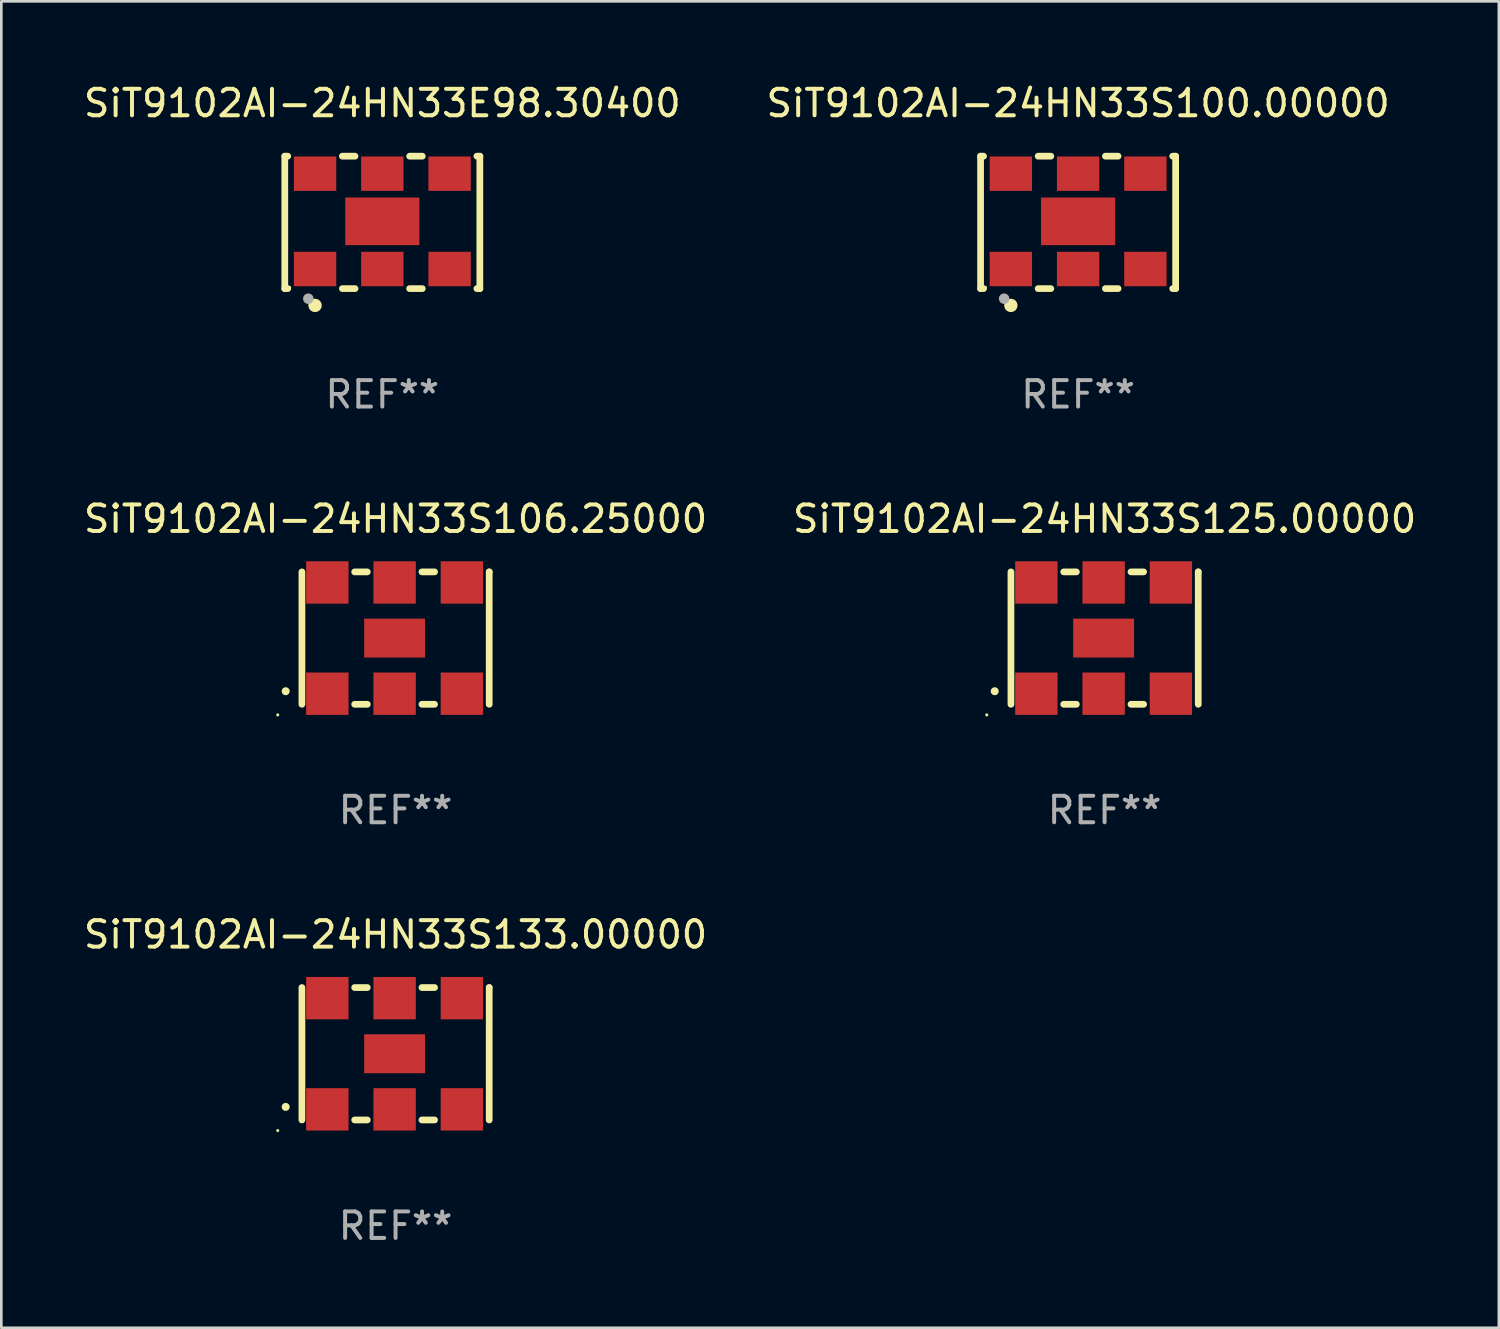
<source format=kicad_pcb>
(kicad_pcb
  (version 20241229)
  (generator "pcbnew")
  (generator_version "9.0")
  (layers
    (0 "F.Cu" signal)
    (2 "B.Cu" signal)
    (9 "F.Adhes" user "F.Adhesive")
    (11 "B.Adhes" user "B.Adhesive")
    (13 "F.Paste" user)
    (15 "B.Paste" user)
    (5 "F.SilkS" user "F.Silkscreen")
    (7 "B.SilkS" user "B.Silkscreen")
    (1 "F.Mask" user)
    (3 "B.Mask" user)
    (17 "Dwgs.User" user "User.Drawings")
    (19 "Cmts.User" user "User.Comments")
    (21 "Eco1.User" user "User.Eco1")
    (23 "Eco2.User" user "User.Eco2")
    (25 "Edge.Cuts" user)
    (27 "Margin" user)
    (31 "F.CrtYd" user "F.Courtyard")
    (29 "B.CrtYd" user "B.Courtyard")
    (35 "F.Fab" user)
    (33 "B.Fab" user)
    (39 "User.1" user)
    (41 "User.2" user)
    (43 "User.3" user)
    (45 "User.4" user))
  (footprint "SiT9102AI-24HN33S100.00000"
    (layer "F.Cu")
    (at 37.661 5.348)
    (property "Reference" "SiT9102AI-24HN33S100.00000" (at 0 -4.5 0) (layer "F.SilkS") (effects (font (size 1 1) (thickness 0.15))))
    (attr through_hole)
    (fp_line (start -3.683 -2.5) (end -3.571 -2.5) (stroke (width 0.254) (type solid)) (layer "F.SilkS"))
    (fp_line (start -3.683 2.5) (end -3.683 -2.5) (stroke (width 0.254) (type solid)) (layer "F.SilkS"))
    (fp_line (start -3.683 2.5) (end -3.571 2.5) (stroke (width 0.254) (type solid)) (layer "F.SilkS"))
    (fp_line (start -1.509 -2.5) (end -1.031 -2.5) (stroke (width 0.254) (type solid)) (layer "F.SilkS"))
    (fp_line (start -1.509 2.5) (end -1.031 2.5) (stroke (width 0.254) (type solid)) (layer "F.SilkS"))
    (fp_line (start 1.031 -2.5) (end 1.509 -2.5) (stroke (width 0.254) (type solid)) (layer "F.SilkS"))
    (fp_line (start 1.031 2.5) (end 1.509 2.5) (stroke (width 0.254) (type solid)) (layer "F.SilkS"))
    (fp_line (start 3.571 -2.5) (end 3.683 -2.5) (stroke (width 0.254) (type solid)) (layer "F.SilkS"))
    (fp_line (start 3.571 2.5) (end 3.683 2.5) (stroke (width 0.254) (type solid)) (layer "F.SilkS"))
    (fp_line (start 3.683 2.5) (end 3.683 -2.5) (stroke (width 0.254) (type solid)) (layer "F.SilkS"))
    (fp_circle (center -3.5 2.46) (end -3.47 2.46) (stroke (width 0.06) (type solid)) (fill no) (layer "F.SilkS"))
    (fp_circle (center -2.54 3.135) (end -2.413 3.135) (stroke (width 0.254) (type solid)) (fill no) (layer "F.SilkS"))
    (fp_circle (center -2.794 2.881) (end -2.694 2.881) (stroke (width 0.2) (type solid)) (fill no) (layer "F.Fab"))
    (fp_text user "REF**" (at 0 6.5 0) (layer "F.Fab") (effects (font (size 1 1) (thickness 0.15))))
    (pad "1" smd rect (at -2.54 1.76) (size 1.6 1.3) (layers "F.Cu" "F.Mask" "F.Paste"))
    (pad "2" smd rect (at 0 1.76) (size 1.6 1.3) (layers "F.Cu" "F.Mask" "F.Paste"))
    (pad "3" smd rect (at 2.54 1.76) (size 1.6 1.3) (layers "F.Cu" "F.Mask" "F.Paste"))
    (pad "4" smd rect (at 2.54 -1.84) (size 1.6 1.3) (layers "F.Cu" "F.Mask" "F.Paste"))
    (pad "5" smd rect (at 0 -1.84) (size 1.6 1.3) (layers "F.Cu" "F.Mask" "F.Paste"))
    (pad "6" smd rect (at -2.54 -1.84) (size 1.6 1.3) (layers "F.Cu" "F.Mask" "F.Paste"))
    (pad "7" smd rect (at 0 -0.04) (size 2.8 1.8) (layers "F.Cu" "F.Mask" "F.Paste")))
  (footprint "SiT9102AI-24HN33S106.25000"
    (layer "F.Cu")
    (at 11.887 21.045)
    (property "Reference" "SiT9102AI-24HN33S106.25000" (at 0 -4.5 0) (layer "F.SilkS") (effects (font (size 1 1) (thickness 0.15))))
    (attr through_hole)
    (fp_line (start -3.536 -2.5) (end -3.536 2.5) (stroke (width 0.254) (type solid)) (layer "F.SilkS"))
    (fp_line (start -1.544 2.5) (end -1.067 2.5) (stroke (width 0.254) (type solid)) (layer "F.SilkS"))
    (fp_line (start -1.067 -2.5) (end -1.544 -2.5) (stroke (width 0.254) (type solid)) (layer "F.SilkS"))
    (fp_line (start 0.996 2.5) (end 1.473 2.5) (stroke (width 0.254) (type solid)) (layer "F.SilkS"))
    (fp_line (start 1.473 -2.5) (end 0.996 -2.5) (stroke (width 0.254) (type solid)) (layer "F.SilkS"))
    (fp_line (start 3.536 -2.5) (end 3.536 -2.5) (stroke (width 0.254) (type solid)) (layer "F.SilkS"))
    (fp_line (start 3.536 2.5) (end 3.536 -2.5) (stroke (width 0.254) (type solid)) (layer "F.SilkS"))
    (fp_arc (start -4.150432 2.006604) (mid -4.149162 2.006599) (end -4.147892 2.006604) (stroke (width 0.3) (type solid)) (layer "F.SilkS"))
    (fp_circle (center -4.449 2.9) (end -4.419 2.9) (stroke (width 0.06) (type solid)) (fill no) (layer "F.SilkS"))
    (fp_text user "REF**" (at 0 6.5 0) (layer "F.Fab") (effects (font (size 1 1) (thickness 0.15))))
    (pad "1" smd rect (at -2.576 2.1) (size 1.6 1.6) (layers "F.Cu" "F.Mask" "F.Paste"))
    (pad "2" smd rect (at -0.036 2.1) (size 1.6 1.6) (layers "F.Cu" "F.Mask" "F.Paste"))
    (pad "3" smd rect (at 2.504 2.1) (size 1.6 1.6) (layers "F.Cu" "F.Mask" "F.Paste"))
    (pad "4" smd rect (at 2.504 -2.1) (size 1.6 1.6) (layers "F.Cu" "F.Mask" "F.Paste"))
    (pad "5" smd rect (at -0.036 -2.1) (size 1.6 1.6) (layers "F.Cu" "F.Mask" "F.Paste"))
    (pad "6" smd rect (at -2.576 -2.1) (size 1.6 1.6) (layers "F.Cu" "F.Mask" "F.Paste"))
    (pad "7" smd rect (at -0.036 0) (size 2.3 1.47) (layers "F.Cu" "F.Mask" "F.Paste")))
  (footprint "SiT9102AI-24HN33E98.30400"
    (layer "F.Cu")
    (at 11.387 5.348)
    (property "Reference" "SiT9102AI-24HN33E98.30400" (at 0 -4.5 0) (layer "F.SilkS") (effects (font (size 1 1) (thickness 0.15))))
    (attr through_hole)
    (fp_line (start -3.683 -2.5) (end -3.571 -2.5) (stroke (width 0.254) (type solid)) (layer "F.SilkS"))
    (fp_line (start -3.683 2.5) (end -3.683 -2.5) (stroke (width 0.254) (type solid)) (layer "F.SilkS"))
    (fp_line (start -3.683 2.5) (end -3.571 2.5) (stroke (width 0.254) (type solid)) (layer "F.SilkS"))
    (fp_line (start -1.509 -2.5) (end -1.031 -2.5) (stroke (width 0.254) (type solid)) (layer "F.SilkS"))
    (fp_line (start -1.509 2.5) (end -1.031 2.5) (stroke (width 0.254) (type solid)) (layer "F.SilkS"))
    (fp_line (start 1.031 -2.5) (end 1.509 -2.5) (stroke (width 0.254) (type solid)) (layer "F.SilkS"))
    (fp_line (start 1.031 2.5) (end 1.509 2.5) (stroke (width 0.254) (type solid)) (layer "F.SilkS"))
    (fp_line (start 3.571 -2.5) (end 3.683 -2.5) (stroke (width 0.254) (type solid)) (layer "F.SilkS"))
    (fp_line (start 3.571 2.5) (end 3.683 2.5) (stroke (width 0.254) (type solid)) (layer "F.SilkS"))
    (fp_line (start 3.683 2.5) (end 3.683 -2.5) (stroke (width 0.254) (type solid)) (layer "F.SilkS"))
    (fp_circle (center -3.5 2.46) (end -3.47 2.46) (stroke (width 0.06) (type solid)) (fill no) (layer "F.SilkS"))
    (fp_circle (center -2.54 3.135) (end -2.413 3.135) (stroke (width 0.254) (type solid)) (fill no) (layer "F.SilkS"))
    (fp_circle (center -2.794 2.881) (end -2.694 2.881) (stroke (width 0.2) (type solid)) (fill no) (layer "F.Fab"))
    (fp_text user "REF**" (at 0 6.5 0) (layer "F.Fab") (effects (font (size 1 1) (thickness 0.15))))
    (pad "1" smd rect (at -2.54 1.76) (size 1.6 1.3) (layers "F.Cu" "F.Mask" "F.Paste"))
    (pad "2" smd rect (at 0 1.76) (size 1.6 1.3) (layers "F.Cu" "F.Mask" "F.Paste"))
    (pad "3" smd rect (at 2.54 1.76) (size 1.6 1.3) (layers "F.Cu" "F.Mask" "F.Paste"))
    (pad "4" smd rect (at 2.54 -1.84) (size 1.6 1.3) (layers "F.Cu" "F.Mask" "F.Paste"))
    (pad "5" smd rect (at 0 -1.84) (size 1.6 1.3) (layers "F.Cu" "F.Mask" "F.Paste"))
    (pad "6" smd rect (at -2.54 -1.84) (size 1.6 1.3) (layers "F.Cu" "F.Mask" "F.Paste"))
    (pad "7" smd rect (at 0 -0.04) (size 2.8 1.8) (layers "F.Cu" "F.Mask" "F.Paste")))
  (footprint "SiT9102AI-24HN33S133.00000"
    (layer "F.Cu")
    (at 11.887 36.741)
    (property "Reference" "SiT9102AI-24HN33S133.00000" (at 0 -4.5 0) (layer "F.SilkS") (effects (font (size 1 1) (thickness 0.15))))
    (attr through_hole)
    (fp_line (start -3.536 -2.5) (end -3.536 2.5) (stroke (width 0.254) (type solid)) (layer "F.SilkS"))
    (fp_line (start -1.544 2.5) (end -1.067 2.5) (stroke (width 0.254) (type solid)) (layer "F.SilkS"))
    (fp_line (start -1.067 -2.5) (end -1.544 -2.5) (stroke (width 0.254) (type solid)) (layer "F.SilkS"))
    (fp_line (start 0.996 2.5) (end 1.473 2.5) (stroke (width 0.254) (type solid)) (layer "F.SilkS"))
    (fp_line (start 1.473 -2.5) (end 0.996 -2.5) (stroke (width 0.254) (type solid)) (layer "F.SilkS"))
    (fp_line (start 3.536 -2.5) (end 3.536 -2.5) (stroke (width 0.254) (type solid)) (layer "F.SilkS"))
    (fp_line (start 3.536 2.5) (end 3.536 -2.5) (stroke (width 0.254) (type solid)) (layer "F.SilkS"))
    (fp_arc (start -4.150432 2.006604) (mid -4.149162 2.006599) (end -4.147892 2.006604) (stroke (width 0.3) (type solid)) (layer "F.SilkS"))
    (fp_circle (center -4.449 2.9) (end -4.419 2.9) (stroke (width 0.06) (type solid)) (fill no) (layer "F.SilkS"))
    (fp_text user "REF**" (at 0 6.5 0) (layer "F.Fab") (effects (font (size 1 1) (thickness 0.15))))
    (pad "1" smd rect (at -2.576 2.1) (size 1.6 1.6) (layers "F.Cu" "F.Mask" "F.Paste"))
    (pad "2" smd rect (at -0.036 2.1) (size 1.6 1.6) (layers "F.Cu" "F.Mask" "F.Paste"))
    (pad "3" smd rect (at 2.504 2.1) (size 1.6 1.6) (layers "F.Cu" "F.Mask" "F.Paste"))
    (pad "4" smd rect (at 2.504 -2.1) (size 1.6 1.6) (layers "F.Cu" "F.Mask" "F.Paste"))
    (pad "5" smd rect (at -0.036 -2.1) (size 1.6 1.6) (layers "F.Cu" "F.Mask" "F.Paste"))
    (pad "6" smd rect (at -2.576 -2.1) (size 1.6 1.6) (layers "F.Cu" "F.Mask" "F.Paste"))
    (pad "7" smd rect (at -0.036 0) (size 2.3 1.47) (layers "F.Cu" "F.Mask" "F.Paste")))
  (footprint "SiT9102AI-24HN33S125.00000"
    (layer "F.Cu")
    (at 38.661 21.045)
    (property "Reference" "SiT9102AI-24HN33S125.00000" (at 0 -4.5 0) (layer "F.SilkS") (effects (font (size 1 1) (thickness 0.15))))
    (attr through_hole)
    (fp_line (start -3.536 -2.5) (end -3.536 2.5) (stroke (width 0.254) (type solid)) (layer "F.SilkS"))
    (fp_line (start -1.544 2.5) (end -1.067 2.5) (stroke (width 0.254) (type solid)) (layer "F.SilkS"))
    (fp_line (start -1.067 -2.5) (end -1.544 -2.5) (stroke (width 0.254) (type solid)) (layer "F.SilkS"))
    (fp_line (start 0.996 2.5) (end 1.473 2.5) (stroke (width 0.254) (type solid)) (layer "F.SilkS"))
    (fp_line (start 1.473 -2.5) (end 0.996 -2.5) (stroke (width 0.254) (type solid)) (layer "F.SilkS"))
    (fp_line (start 3.536 -2.5) (end 3.536 -2.5) (stroke (width 0.254) (type solid)) (layer "F.SilkS"))
    (fp_line (start 3.536 2.5) (end 3.536 -2.5) (stroke (width 0.254) (type solid)) (layer "F.SilkS"))
    (fp_arc (start -4.150432 2.006604) (mid -4.149162 2.006599) (end -4.147892 2.006604) (stroke (width 0.3) (type solid)) (layer "F.SilkS"))
    (fp_circle (center -4.449 2.9) (end -4.419 2.9) (stroke (width 0.06) (type solid)) (fill no) (layer "F.SilkS"))
    (fp_text user "REF**" (at 0 6.5 0) (layer "F.Fab") (effects (font (size 1 1) (thickness 0.15))))
    (pad "1" smd rect (at -2.576 2.1) (size 1.6 1.6) (layers "F.Cu" "F.Mask" "F.Paste"))
    (pad "2" smd rect (at -0.036 2.1) (size 1.6 1.6) (layers "F.Cu" "F.Mask" "F.Paste"))
    (pad "3" smd rect (at 2.504 2.1) (size 1.6 1.6) (layers "F.Cu" "F.Mask" "F.Paste"))
    (pad "4" smd rect (at 2.504 -2.1) (size 1.6 1.6) (layers "F.Cu" "F.Mask" "F.Paste"))
    (pad "5" smd rect (at -0.036 -2.1) (size 1.6 1.6) (layers "F.Cu" "F.Mask" "F.Paste"))
    (pad "6" smd rect (at -2.576 -2.1) (size 1.6 1.6) (layers "F.Cu" "F.Mask" "F.Paste"))
    (pad "7" smd rect (at -0.036 0) (size 2.3 1.47) (layers "F.Cu" "F.Mask" "F.Paste")))
  (gr_rect
    (start -3 -3)
    (end 53.548 47.09)
    (stroke (width 0.1) (type default))
    (fill no)
    (layer "Edge.Cuts")))
</source>
